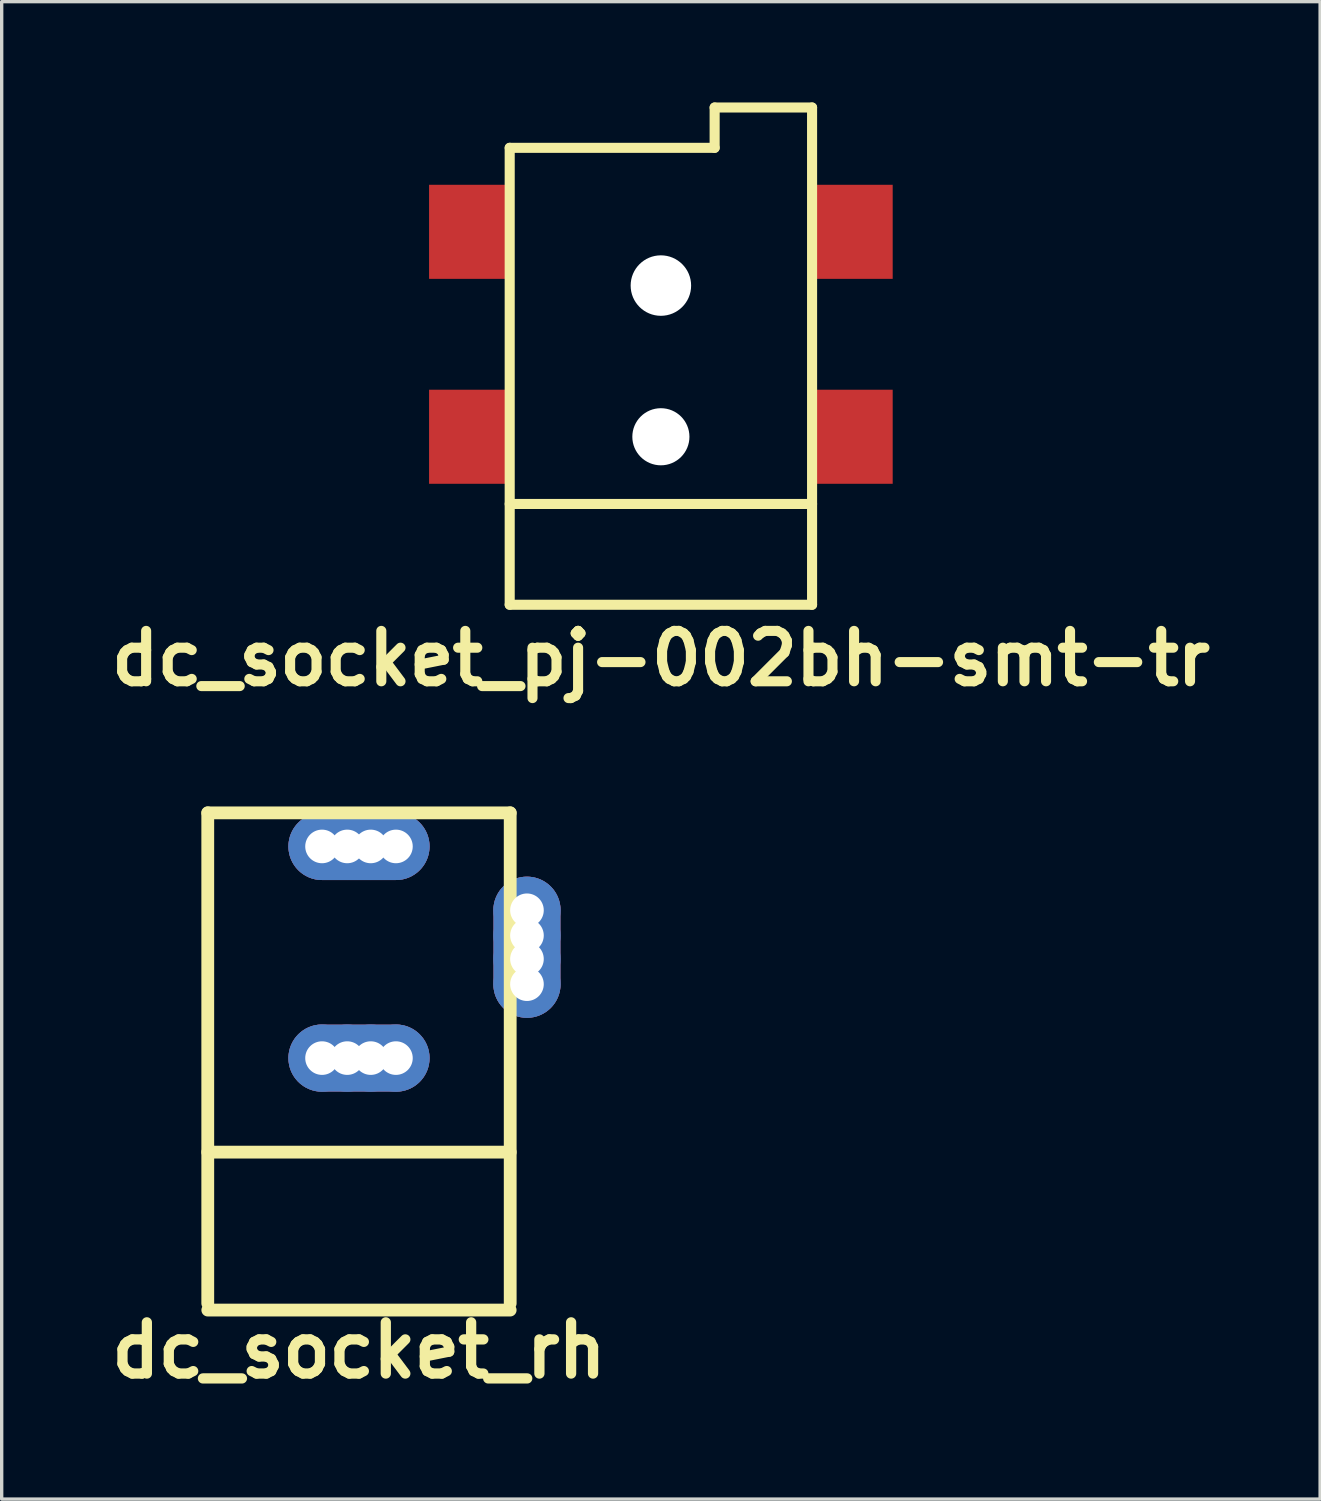
<source format=kicad_pcb>
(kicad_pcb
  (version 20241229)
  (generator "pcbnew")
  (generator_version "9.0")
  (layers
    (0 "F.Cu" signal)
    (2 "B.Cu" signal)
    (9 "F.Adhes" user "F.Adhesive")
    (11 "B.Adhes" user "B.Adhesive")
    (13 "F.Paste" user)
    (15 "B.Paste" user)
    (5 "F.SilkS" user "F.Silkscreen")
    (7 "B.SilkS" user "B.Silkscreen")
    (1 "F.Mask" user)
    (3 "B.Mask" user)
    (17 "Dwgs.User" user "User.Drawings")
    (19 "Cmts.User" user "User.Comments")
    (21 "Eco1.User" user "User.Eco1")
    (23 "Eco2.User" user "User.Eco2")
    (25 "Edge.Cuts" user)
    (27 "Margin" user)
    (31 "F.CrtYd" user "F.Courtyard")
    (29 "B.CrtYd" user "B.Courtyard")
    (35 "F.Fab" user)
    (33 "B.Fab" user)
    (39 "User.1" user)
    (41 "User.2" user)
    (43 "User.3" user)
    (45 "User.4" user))
  (footprint "dc_socket_rh"
    (layer "F.Cu")
    (at 7.635 28.444)
    (property "Reference" "dc_socket_rh" (at 0 8.7 0) (layer "F.SilkS") (effects (font (size 1.524 1.524) (thickness 0.305))))
    (attr through_hole)
    (fp_line (start -4.501 -7.3) (end -4.501 7.3) (stroke (width 0.381) (type solid)) (layer "F.SilkS"))
    (fp_line (start -4.501 2.799) (end 4.501 2.799) (stroke (width 0.381) (type solid)) (layer "F.SilkS"))
    (fp_line (start -4.5 7.5) (end 4.5 7.5) (stroke (width 0.381) (type solid)) (layer "F.SilkS"))
    (fp_line (start 4.501 -7.3) (end -4.501 -7.3) (stroke (width 0.381) (type solid)) (layer "F.SilkS"))
    (fp_line (start 4.501 7.3) (end 4.501 -7.3) (stroke (width 0.381) (type solid)) (layer "F.SilkS"))
    (pad "1" thru_hole circle (at 5 -4.4) (size 2 2) (drill 1) (layers "*.Cu"))
    (pad "1" thru_hole circle (at 5 -3.65) (size 2 2) (drill 1) (layers "*.Cu"))
    (pad "1" smd oval (at 5 -3.3) (size 2 4.2) (layers "F.Cu" "F.Mask"))
    (pad "1" smd oval (at 5 -3.3) (size 2 4.2) (layers "B.Cu" "B.Mask"))
    (pad "1" thru_hole circle (at 5 -2.95) (size 2 2) (drill 1) (layers "*.Cu"))
    (pad "1" thru_hole circle (at 5 -2.2) (size 2 2) (drill 1) (layers "*.Cu"))
    (pad "2" thru_hole circle (at -1.1 0) (size 2 2) (drill 1) (layers "*.Cu"))
    (pad "2" thru_hole circle (at -0.35 0) (size 2 2) (drill 1) (layers "*.Cu"))
    (pad "2" smd oval (at 0 0) (size 4.2 2) (layers "F.Cu" "F.Mask"))
    (pad "2" smd oval (at 0 0) (size 4.2 2) (layers "B.Cu" "B.Mask"))
    (pad "2" thru_hole circle (at 0.35 0) (size 2 2) (drill 1) (layers "*.Cu"))
    (pad "2" thru_hole circle (at 1.1 0) (size 2 2) (drill 1) (layers "*.Cu"))
    (pad "3" thru_hole circle (at -1.1 -6.3) (size 2 2) (drill 1) (layers "*.Cu"))
    (pad "3" thru_hole circle (at -0.35 -6.3) (size 2 2) (drill 1) (layers "*.Cu"))
    (pad "3" smd oval (at 0 -6.3) (size 4.2 2) (layers "F.Cu" "F.Mask"))
    (pad "3" smd oval (at 0 -6.3) (size 4.2 2) (layers "B.Cu" "B.Mask"))
    (pad "3" thru_hole circle (at 0.35 -6.3) (size 2 2) (drill 1) (layers "*.Cu"))
    (pad "3" thru_hole circle (at 1.1 -6.3) (size 2 2) (drill 1) (layers "*.Cu")))
  (footprint "dc_socket_pj-002bh-smt-tr"
    (layer "F.Cu")
    (at 16.621 9.95)
    (property "Reference" "dc_socket_pj-002bh-smt-tr" (at 0 6.6 0) (layer "F.SilkS") (effects (font (size 1.5 1.5) (thickness 0.3))))
    (attr smd)
    (fp_line (start -4.5 -8.6) (end -4.5 5) (stroke (width 0.3) (type solid)) (layer "F.SilkS"))
    (fp_line (start -4.5 2) (end 4.5 2) (stroke (width 0.3) (type solid)) (layer "F.SilkS"))
    (fp_line (start -4.5 5) (end 4.5 5) (stroke (width 0.3) (type solid)) (layer "F.SilkS"))
    (fp_line (start 1.6 -8.6) (end -4.5 -8.6) (stroke (width 0.3) (type solid)) (layer "F.SilkS"))
    (fp_line (start 1.6 -8.6) (end 1.6 -9.8) (stroke (width 0.3) (type solid)) (layer "F.SilkS"))
    (fp_line (start 4.5 -9.8) (end 1.6 -9.8) (stroke (width 0.3) (type solid)) (layer "F.SilkS"))
    (fp_line (start 4.5 5) (end 4.5 -9.8) (stroke (width 0.3) (type solid)) (layer "F.SilkS"))
    (pad "" np_thru_hole circle (at 0 -4.5) (size 1.8 1.8) (drill 1.8) (layers "*.Cu" "*.Mask"))
    (pad "" np_thru_hole circle (at 0 0) (size 1.7 1.7) (drill 1.7) (layers "*.Cu" "*.Mask"))
    (pad "1" smd rect (at 5.7 -6.1) (size 2.4 2.8) (layers "F.Cu" "F.Mask" "F.Paste"))
    (pad "2" smd rect (at 5.7 0) (size 2.4 2.8) (layers "F.Cu" "F.Mask" "F.Paste"))
    (pad "3" smd rect (at -5.7 -6.1) (size 2.4 2.8) (layers "F.Cu" "F.Mask" "F.Paste"))
    (pad "3" smd rect (at -5.7 0) (size 2.4 2.8) (layers "F.Cu" "F.Mask" "F.Paste")))
  (gr_rect
    (start -3 -3)
    (end 36.243 41.57)
    (stroke (width 0.1) (type default))
    (fill no)
    (layer "Edge.Cuts")))
</source>
